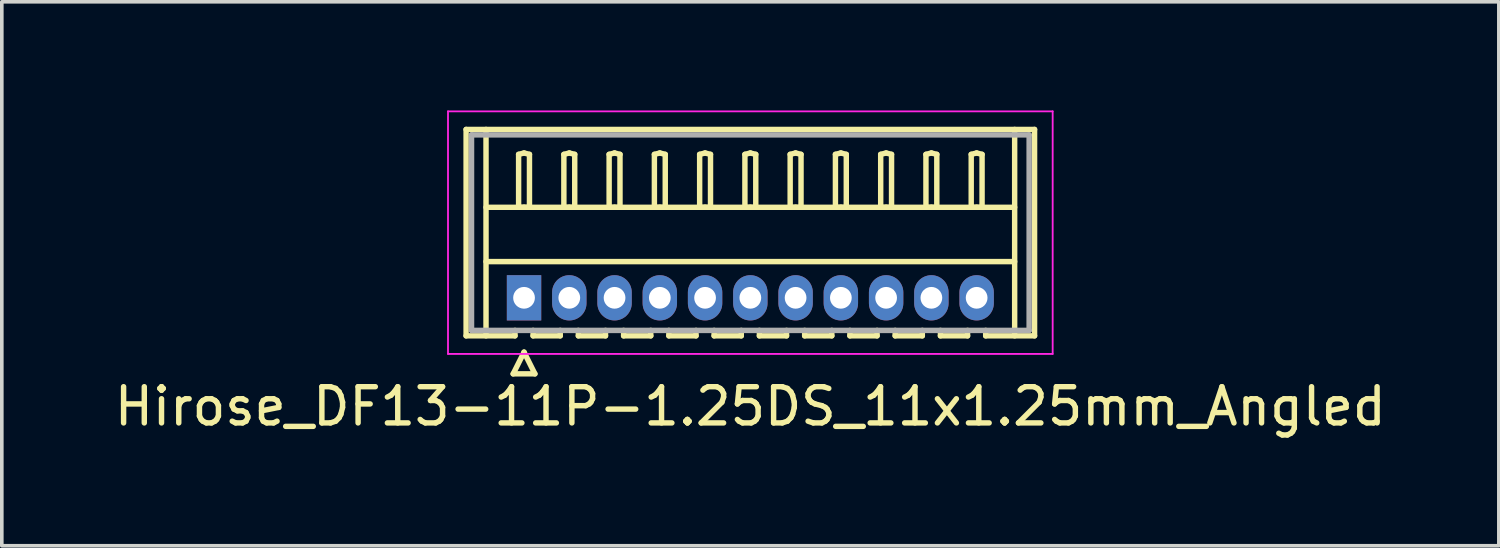
<source format=kicad_pcb>
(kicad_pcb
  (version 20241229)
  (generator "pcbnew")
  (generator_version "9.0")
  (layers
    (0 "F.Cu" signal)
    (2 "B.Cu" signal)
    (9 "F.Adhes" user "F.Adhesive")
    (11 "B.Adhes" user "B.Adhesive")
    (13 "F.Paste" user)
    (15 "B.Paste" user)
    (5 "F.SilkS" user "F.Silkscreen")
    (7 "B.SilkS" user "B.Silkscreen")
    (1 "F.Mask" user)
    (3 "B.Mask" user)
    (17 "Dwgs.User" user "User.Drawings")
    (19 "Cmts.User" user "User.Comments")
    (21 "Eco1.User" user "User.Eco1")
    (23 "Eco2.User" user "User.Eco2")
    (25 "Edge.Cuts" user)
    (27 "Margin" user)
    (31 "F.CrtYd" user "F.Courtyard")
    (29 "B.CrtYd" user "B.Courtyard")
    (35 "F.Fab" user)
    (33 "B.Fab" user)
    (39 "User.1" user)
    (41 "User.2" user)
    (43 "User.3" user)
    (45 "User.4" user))
  (footprint "Hirose_DF13-11P-1.25DS_11x1.25mm_Angled"
    (layer "F.Cu")
    (at 11.423 5.175)
    (property "Reference" "Hirose_DF13-11P-1.25DS_11x1.25mm_Angled" (at 6.25 3 0) (layer "F.SilkS") (effects (font (size 1 1) (thickness 0.15))))
    (attr through_hole)
    (fp_line (start -1.6 -4.65) (end 14.1 -4.65) (stroke (width 0.15) (type solid)) (layer "F.SilkS"))
    (fp_line (start -1.6 1.05) (end -1.6 -4.65) (stroke (width 0.15) (type solid)) (layer "F.SilkS"))
    (fp_line (start -1.05 -4.65) (end -1.05 1.05) (stroke (width 0.15) (type solid)) (layer "F.SilkS"))
    (fp_line (start -1.05 -2.5) (end 13.55 -2.5) (stroke (width 0.15) (type solid)) (layer "F.SilkS"))
    (fp_line (start -1.05 -1) (end 13.55 -1) (stroke (width 0.15) (type solid)) (layer "F.SilkS"))
    (fp_line (start -0.3 2.1) (end 0.3 2.1) (stroke (width 0.15) (type solid)) (layer "F.SilkS"))
    (fp_line (start -0.25 0.9) (end -0.25 1.05) (stroke (width 0.15) (type solid)) (layer "F.SilkS"))
    (fp_line (start -0.25 1.05) (end -1.6 1.05) (stroke (width 0.15) (type solid)) (layer "F.SilkS"))
    (fp_line (start -0.15 -3.962) (end 0 -4) (stroke (width 0.15) (type solid)) (layer "F.SilkS"))
    (fp_line (start -0.15 -2.5) (end -0.15 -3.962) (stroke (width 0.15) (type solid)) (layer "F.SilkS"))
    (fp_line (start 0 -4) (end 0.15 -3.962) (stroke (width 0.15) (type solid)) (layer "F.SilkS"))
    (fp_line (start 0 -2.5) (end -0.15 -2.5) (stroke (width 0.15) (type solid)) (layer "F.SilkS"))
    (fp_line (start 0 1.5) (end -0.3 2.1) (stroke (width 0.15) (type solid)) (layer "F.SilkS"))
    (fp_line (start 0.15 -3.962) (end 0.15 -2.5) (stroke (width 0.15) (type solid)) (layer "F.SilkS"))
    (fp_line (start 0.15 -2.5) (end 0 -2.5) (stroke (width 0.15) (type solid)) (layer "F.SilkS"))
    (fp_line (start 0.25 0.9) (end 0.25 1.05) (stroke (width 0.15) (type solid)) (layer "F.SilkS"))
    (fp_line (start 0.25 1.05) (end 1 1.05) (stroke (width 0.15) (type solid)) (layer "F.SilkS"))
    (fp_line (start 0.3 2.1) (end 0 1.5) (stroke (width 0.15) (type solid)) (layer "F.SilkS"))
    (fp_line (start 1 1.05) (end 1 0.9) (stroke (width 0.15) (type solid)) (layer "F.SilkS"))
    (fp_line (start 1.1 -3.962) (end 1.25 -4) (stroke (width 0.15) (type solid)) (layer "F.SilkS"))
    (fp_line (start 1.1 -2.5) (end 1.1 -3.962) (stroke (width 0.15) (type solid)) (layer "F.SilkS"))
    (fp_line (start 1.25 -4) (end 1.4 -3.962) (stroke (width 0.15) (type solid)) (layer "F.SilkS"))
    (fp_line (start 1.25 -2.5) (end 1.1 -2.5) (stroke (width 0.15) (type solid)) (layer "F.SilkS"))
    (fp_line (start 1.4 -3.962) (end 1.4 -2.5) (stroke (width 0.15) (type solid)) (layer "F.SilkS"))
    (fp_line (start 1.4 -2.5) (end 1.25 -2.5) (stroke (width 0.15) (type solid)) (layer "F.SilkS"))
    (fp_line (start 1.5 0.9) (end 1.5 1.05) (stroke (width 0.15) (type solid)) (layer "F.SilkS"))
    (fp_line (start 1.5 1.05) (end 2.25 1.05) (stroke (width 0.15) (type solid)) (layer "F.SilkS"))
    (fp_line (start 2.25 1.05) (end 2.25 0.9) (stroke (width 0.15) (type solid)) (layer "F.SilkS"))
    (fp_line (start 2.35 -3.962) (end 2.5 -4) (stroke (width 0.15) (type solid)) (layer "F.SilkS"))
    (fp_line (start 2.35 -2.5) (end 2.35 -3.962) (stroke (width 0.15) (type solid)) (layer "F.SilkS"))
    (fp_line (start 2.5 -4) (end 2.65 -3.962) (stroke (width 0.15) (type solid)) (layer "F.SilkS"))
    (fp_line (start 2.5 -2.5) (end 2.35 -2.5) (stroke (width 0.15) (type solid)) (layer "F.SilkS"))
    (fp_line (start 2.65 -3.962) (end 2.65 -2.5) (stroke (width 0.15) (type solid)) (layer "F.SilkS"))
    (fp_line (start 2.65 -2.5) (end 2.5 -2.5) (stroke (width 0.15) (type solid)) (layer "F.SilkS"))
    (fp_line (start 2.75 0.9) (end 2.75 1.05) (stroke (width 0.15) (type solid)) (layer "F.SilkS"))
    (fp_line (start 2.75 1.05) (end 3.5 1.05) (stroke (width 0.15) (type solid)) (layer "F.SilkS"))
    (fp_line (start 3.5 1.05) (end 3.5 0.9) (stroke (width 0.15) (type solid)) (layer "F.SilkS"))
    (fp_line (start 3.6 -3.962) (end 3.75 -4) (stroke (width 0.15) (type solid)) (layer "F.SilkS"))
    (fp_line (start 3.6 -2.5) (end 3.6 -3.962) (stroke (width 0.15) (type solid)) (layer "F.SilkS"))
    (fp_line (start 3.75 -4) (end 3.9 -3.962) (stroke (width 0.15) (type solid)) (layer "F.SilkS"))
    (fp_line (start 3.75 -2.5) (end 3.6 -2.5) (stroke (width 0.15) (type solid)) (layer "F.SilkS"))
    (fp_line (start 3.9 -3.962) (end 3.9 -2.5) (stroke (width 0.15) (type solid)) (layer "F.SilkS"))
    (fp_line (start 3.9 -2.5) (end 3.75 -2.5) (stroke (width 0.15) (type solid)) (layer "F.SilkS"))
    (fp_line (start 4 0.9) (end 4 1.05) (stroke (width 0.15) (type solid)) (layer "F.SilkS"))
    (fp_line (start 4 1.05) (end 4.75 1.05) (stroke (width 0.15) (type solid)) (layer "F.SilkS"))
    (fp_line (start 4.75 1.05) (end 4.75 0.9) (stroke (width 0.15) (type solid)) (layer "F.SilkS"))
    (fp_line (start 4.85 -3.962) (end 5 -4) (stroke (width 0.15) (type solid)) (layer "F.SilkS"))
    (fp_line (start 4.85 -2.5) (end 4.85 -3.962) (stroke (width 0.15) (type solid)) (layer "F.SilkS"))
    (fp_line (start 5 -4) (end 5.15 -3.962) (stroke (width 0.15) (type solid)) (layer "F.SilkS"))
    (fp_line (start 5 -2.5) (end 4.85 -2.5) (stroke (width 0.15) (type solid)) (layer "F.SilkS"))
    (fp_line (start 5.15 -3.962) (end 5.15 -2.5) (stroke (width 0.15) (type solid)) (layer "F.SilkS"))
    (fp_line (start 5.15 -2.5) (end 5 -2.5) (stroke (width 0.15) (type solid)) (layer "F.SilkS"))
    (fp_line (start 5.25 0.9) (end 5.25 1.05) (stroke (width 0.15) (type solid)) (layer "F.SilkS"))
    (fp_line (start 5.25 1.05) (end 6 1.05) (stroke (width 0.15) (type solid)) (layer "F.SilkS"))
    (fp_line (start 6 1.05) (end 6 0.9) (stroke (width 0.15) (type solid)) (layer "F.SilkS"))
    (fp_line (start 6.1 -3.962) (end 6.25 -4) (stroke (width 0.15) (type solid)) (layer "F.SilkS"))
    (fp_line (start 6.1 -2.5) (end 6.1 -3.962) (stroke (width 0.15) (type solid)) (layer "F.SilkS"))
    (fp_line (start 6.25 -4) (end 6.4 -3.962) (stroke (width 0.15) (type solid)) (layer "F.SilkS"))
    (fp_line (start 6.25 -2.5) (end 6.1 -2.5) (stroke (width 0.15) (type solid)) (layer "F.SilkS"))
    (fp_line (start 6.4 -3.962) (end 6.4 -2.5) (stroke (width 0.15) (type solid)) (layer "F.SilkS"))
    (fp_line (start 6.4 -2.5) (end 6.25 -2.5) (stroke (width 0.15) (type solid)) (layer "F.SilkS"))
    (fp_line (start 6.5 0.9) (end 6.5 1.05) (stroke (width 0.15) (type solid)) (layer "F.SilkS"))
    (fp_line (start 6.5 1.05) (end 7.25 1.05) (stroke (width 0.15) (type solid)) (layer "F.SilkS"))
    (fp_line (start 7.25 1.05) (end 7.25 0.9) (stroke (width 0.15) (type solid)) (layer "F.SilkS"))
    (fp_line (start 7.35 -3.962) (end 7.5 -4) (stroke (width 0.15) (type solid)) (layer "F.SilkS"))
    (fp_line (start 7.35 -2.5) (end 7.35 -3.962) (stroke (width 0.15) (type solid)) (layer "F.SilkS"))
    (fp_line (start 7.5 -4) (end 7.65 -3.962) (stroke (width 0.15) (type solid)) (layer "F.SilkS"))
    (fp_line (start 7.5 -2.5) (end 7.35 -2.5) (stroke (width 0.15) (type solid)) (layer "F.SilkS"))
    (fp_line (start 7.65 -3.962) (end 7.65 -2.5) (stroke (width 0.15) (type solid)) (layer "F.SilkS"))
    (fp_line (start 7.65 -2.5) (end 7.5 -2.5) (stroke (width 0.15) (type solid)) (layer "F.SilkS"))
    (fp_line (start 7.75 0.9) (end 7.75 1.05) (stroke (width 0.15) (type solid)) (layer "F.SilkS"))
    (fp_line (start 7.75 1.05) (end 8.5 1.05) (stroke (width 0.15) (type solid)) (layer "F.SilkS"))
    (fp_line (start 8.5 1.05) (end 8.5 0.9) (stroke (width 0.15) (type solid)) (layer "F.SilkS"))
    (fp_line (start 8.6 -3.962) (end 8.75 -4) (stroke (width 0.15) (type solid)) (layer "F.SilkS"))
    (fp_line (start 8.6 -2.5) (end 8.6 -3.962) (stroke (width 0.15) (type solid)) (layer "F.SilkS"))
    (fp_line (start 8.75 -4) (end 8.9 -3.962) (stroke (width 0.15) (type solid)) (layer "F.SilkS"))
    (fp_line (start 8.75 -2.5) (end 8.6 -2.5) (stroke (width 0.15) (type solid)) (layer "F.SilkS"))
    (fp_line (start 8.9 -3.962) (end 8.9 -2.5) (stroke (width 0.15) (type solid)) (layer "F.SilkS"))
    (fp_line (start 8.9 -2.5) (end 8.75 -2.5) (stroke (width 0.15) (type solid)) (layer "F.SilkS"))
    (fp_line (start 9 0.9) (end 9 1.05) (stroke (width 0.15) (type solid)) (layer "F.SilkS"))
    (fp_line (start 9 1.05) (end 9.75 1.05) (stroke (width 0.15) (type solid)) (layer "F.SilkS"))
    (fp_line (start 9.75 1.05) (end 9.75 0.9) (stroke (width 0.15) (type solid)) (layer "F.SilkS"))
    (fp_line (start 9.85 -3.962) (end 10 -4) (stroke (width 0.15) (type solid)) (layer "F.SilkS"))
    (fp_line (start 9.85 -2.5) (end 9.85 -3.962) (stroke (width 0.15) (type solid)) (layer "F.SilkS"))
    (fp_line (start 10 -4) (end 10.15 -3.962) (stroke (width 0.15) (type solid)) (layer "F.SilkS"))
    (fp_line (start 10 -2.5) (end 9.85 -2.5) (stroke (width 0.15) (type solid)) (layer "F.SilkS"))
    (fp_line (start 10.15 -3.962) (end 10.15 -2.5) (stroke (width 0.15) (type solid)) (layer "F.SilkS"))
    (fp_line (start 10.15 -2.5) (end 10 -2.5) (stroke (width 0.15) (type solid)) (layer "F.SilkS"))
    (fp_line (start 10.25 0.9) (end 10.25 1.05) (stroke (width 0.15) (type solid)) (layer "F.SilkS"))
    (fp_line (start 10.25 1.05) (end 11 1.05) (stroke (width 0.15) (type solid)) (layer "F.SilkS"))
    (fp_line (start 11 1.05) (end 11 0.9) (stroke (width 0.15) (type solid)) (layer "F.SilkS"))
    (fp_line (start 11.1 -3.962) (end 11.25 -4) (stroke (width 0.15) (type solid)) (layer "F.SilkS"))
    (fp_line (start 11.1 -2.5) (end 11.1 -3.962) (stroke (width 0.15) (type solid)) (layer "F.SilkS"))
    (fp_line (start 11.25 -4) (end 11.4 -3.962) (stroke (width 0.15) (type solid)) (layer "F.SilkS"))
    (fp_line (start 11.25 -2.5) (end 11.1 -2.5) (stroke (width 0.15) (type solid)) (layer "F.SilkS"))
    (fp_line (start 11.4 -3.962) (end 11.4 -2.5) (stroke (width 0.15) (type solid)) (layer "F.SilkS"))
    (fp_line (start 11.4 -2.5) (end 11.25 -2.5) (stroke (width 0.15) (type solid)) (layer "F.SilkS"))
    (fp_line (start 11.5 0.9) (end 11.5 1.05) (stroke (width 0.15) (type solid)) (layer "F.SilkS"))
    (fp_line (start 11.5 1.05) (end 12.25 1.05) (stroke (width 0.15) (type solid)) (layer "F.SilkS"))
    (fp_line (start 12.25 1.05) (end 12.25 0.9) (stroke (width 0.15) (type solid)) (layer "F.SilkS"))
    (fp_line (start 12.35 -3.962) (end 12.5 -4) (stroke (width 0.15) (type solid)) (layer "F.SilkS"))
    (fp_line (start 12.35 -2.5) (end 12.35 -3.962) (stroke (width 0.15) (type solid)) (layer "F.SilkS"))
    (fp_line (start 12.5 -4) (end 12.65 -3.962) (stroke (width 0.15) (type solid)) (layer "F.SilkS"))
    (fp_line (start 12.5 -2.5) (end 12.35 -2.5) (stroke (width 0.15) (type solid)) (layer "F.SilkS"))
    (fp_line (start 12.65 -3.962) (end 12.65 -2.5) (stroke (width 0.15) (type solid)) (layer "F.SilkS"))
    (fp_line (start 12.65 -2.5) (end 12.5 -2.5) (stroke (width 0.15) (type solid)) (layer "F.SilkS"))
    (fp_line (start 12.75 1.05) (end 12.75 0.9) (stroke (width 0.15) (type solid)) (layer "F.SilkS"))
    (fp_line (start 13.55 -4.65) (end 13.55 1.05) (stroke (width 0.15) (type solid)) (layer "F.SilkS"))
    (fp_line (start 14.1 -4.65) (end 14.1 1.05) (stroke (width 0.15) (type solid)) (layer "F.SilkS"))
    (fp_line (start 14.1 1.05) (end 12.75 1.05) (stroke (width 0.15) (type solid)) (layer "F.SilkS"))
    (fp_line (start -2.1 -5.15) (end -2.1 1.55) (stroke (width 0.05) (type solid)) (layer "F.CrtYd"))
    (fp_line (start -2.1 1.55) (end 14.6 1.55) (stroke (width 0.05) (type solid)) (layer "F.CrtYd"))
    (fp_line (start 14.6 -5.15) (end -2.1 -5.15) (stroke (width 0.05) (type solid)) (layer "F.CrtYd"))
    (fp_line (start 14.6 1.55) (end 14.6 -5.15) (stroke (width 0.05) (type solid)) (layer "F.CrtYd"))
    (fp_line (start -1.45 -4.5) (end -1.45 0.9) (stroke (width 0.15) (type solid)) (layer "F.Fab"))
    (fp_line (start -1.45 0.9) (end 13.95 0.9) (stroke (width 0.15) (type solid)) (layer "F.Fab"))
    (fp_line (start 13.95 -4.5) (end -1.45 -4.5) (stroke (width 0.15) (type solid)) (layer "F.Fab"))
    (fp_line (start 13.95 0.9) (end 13.95 -4.5) (stroke (width 0.15) (type solid)) (layer "F.Fab"))
    (pad "1" thru_hole rect (at 0 0) (size 0.95 1.25) (drill 0.6) (layers "*.Cu" "*.Mask"))
    (pad "2" thru_hole oval (at 1.25 0) (size 0.95 1.25) (drill 0.6) (layers "*.Cu" "*.Mask"))
    (pad "3" thru_hole oval (at 2.5 0) (size 0.95 1.25) (drill 0.6) (layers "*.Cu" "*.Mask"))
    (pad "4" thru_hole oval (at 3.75 0) (size 0.95 1.25) (drill 0.6) (layers "*.Cu" "*.Mask"))
    (pad "5" thru_hole oval (at 5 0) (size 0.95 1.25) (drill 0.6) (layers "*.Cu" "*.Mask"))
    (pad "6" thru_hole oval (at 6.25 0) (size 0.95 1.25) (drill 0.6) (layers "*.Cu" "*.Mask"))
    (pad "7" thru_hole oval (at 7.5 0) (size 0.95 1.25) (drill 0.6) (layers "*.Cu" "*.Mask"))
    (pad "8" thru_hole oval (at 8.75 0) (size 0.95 1.25) (drill 0.6) (layers "*.Cu" "*.Mask"))
    (pad "9" thru_hole oval (at 10 0) (size 0.95 1.25) (drill 0.6) (layers "*.Cu" "*.Mask"))
    (pad "10" thru_hole oval (at 11.25 0) (size 0.95 1.25) (drill 0.6) (layers "*.Cu" "*.Mask"))
    (pad "11" thru_hole oval (at 12.5 0) (size 0.95 1.25) (drill 0.6) (layers "*.Cu" "*.Mask")))
  (gr_rect
    (start -3 -3)
    (end 38.345 12.023)
    (stroke (width 0.1) (type default))
    (fill no)
    (layer "Edge.Cuts")))
</source>
